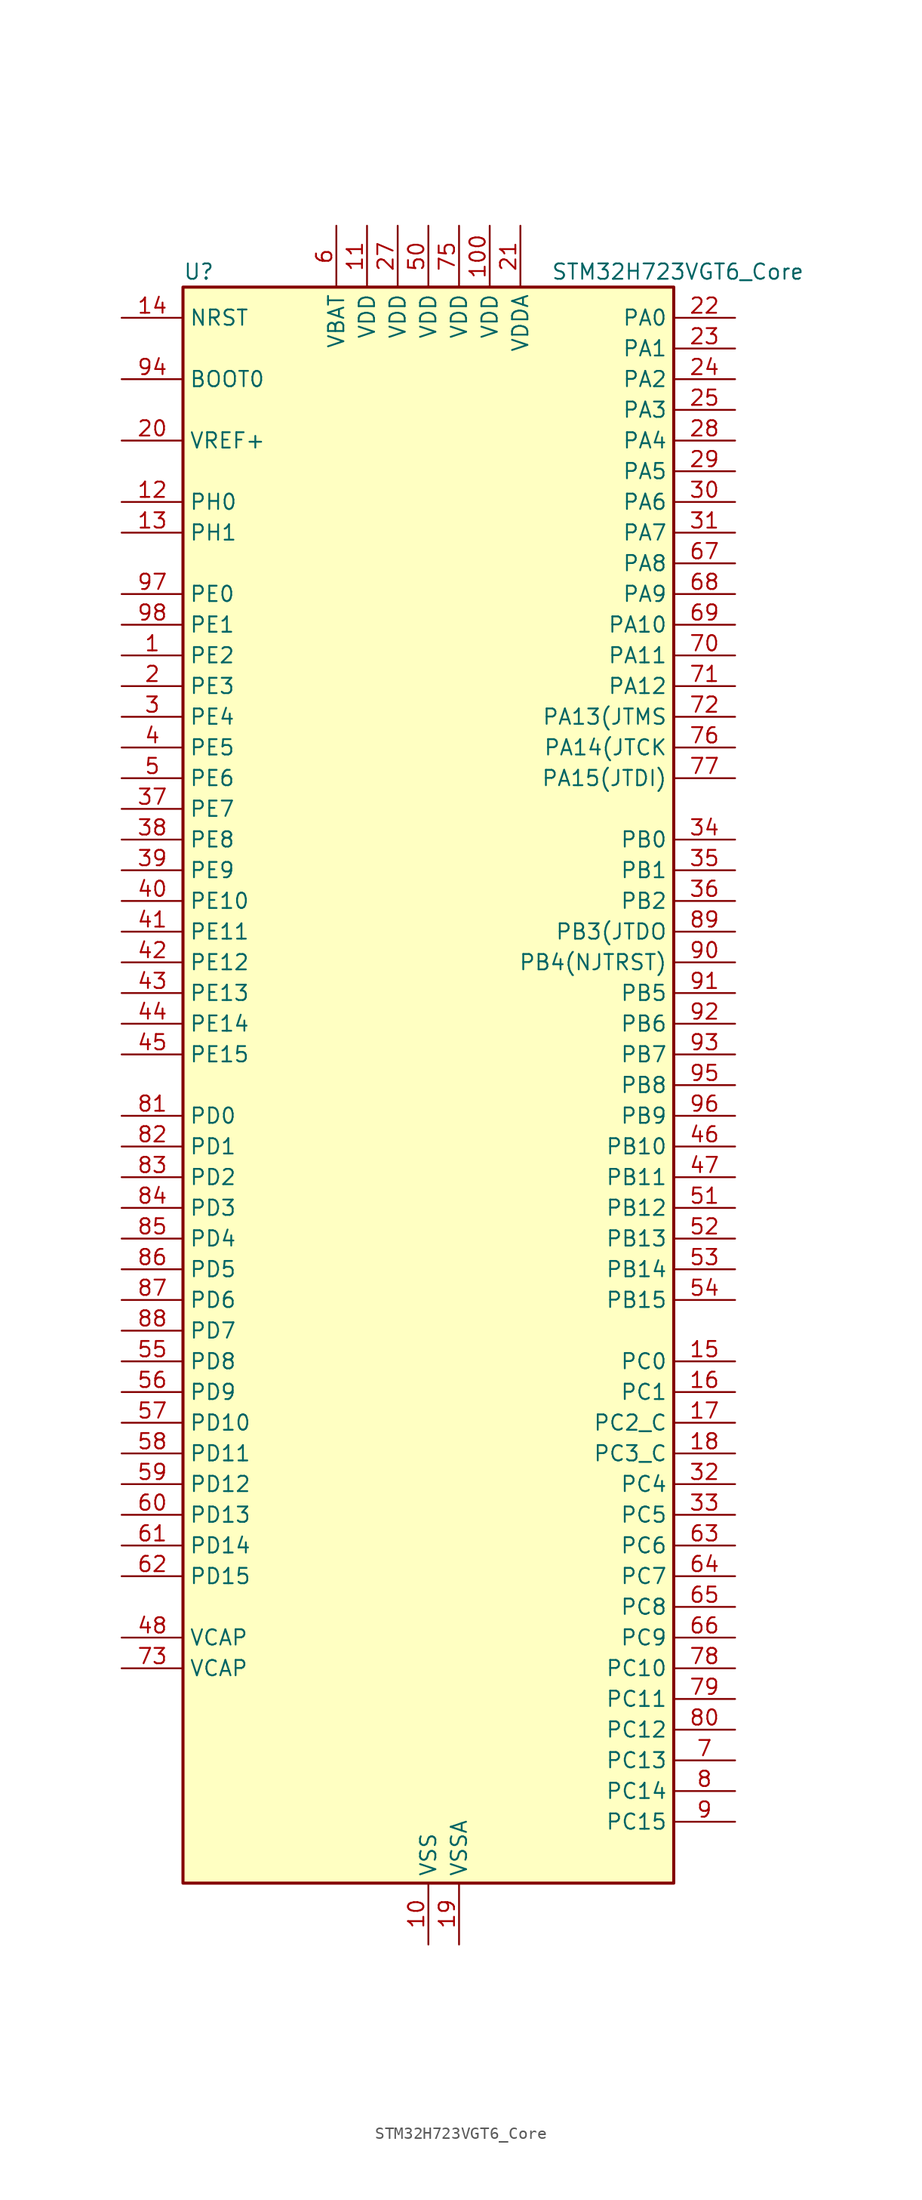
<source format=kicad_sym>
(kicad_symbol_lib
  (version 20231120)
  (generator "kicad_symbol_editor")
  (generator_version "8.0")
  (symbol "STM32H723VGT6_Core"
    (property "Reference" "U"
      (at -20.32 67.31 0)
      (effects (font (size 1.27 1.27)) (justify left)))
    (property "Value" "STM32H723VGT6_Core"
      (at 10.16 67.31 0)
      (effects (font (size 1.27 1.27)) (justify left)))
    (symbol "STM32H723VGT6_Core_0_1"
      (rectangle (start -20.32 66.04) (end 20.32 -66.04) (stroke (width 0.254) (type default)) (fill (type background))))
    (symbol "STM32H723VGT6_Core_1_1"
      (pin bidirectional line (at -25.4 35.56 0) (length 5.08) (name "PE2" (effects (font (size 1.27 1.27)))) (number "1" (effects (font (size 1.27 1.27)))) (alternate "DEBUG_TRACECLK" bidirectional line) (alternate "ETH_TXD3" bidirectional line) (alternate "FMC_A23" bidirectional line) (alternate "OCTOSPIM_P1_IO2" bidirectional line) (alternate "SAI1_CK1" bidirectional line) (alternate "SAI1_MCLK_A" bidirectional line) (alternate "SAI4_CK1" bidirectional line) (alternate "SAI4_MCLK_A" bidirectional line) (alternate "SPI4_SCK" bidirectional line) (alternate "USART10_RX" bidirectional line))
      (pin power_in line (at 0 -71.12 90) (length 5.08) (name "VSS" (effects (font (size 1.27 1.27)))) (number "10" (effects (font (size 1.27 1.27)))))
      (pin power_in line (at 5.08 71.12 270) (length 5.08) (name "VDD" (effects (font (size 1.27 1.27)))) (number "100" (effects (font (size 1.27 1.27)))))
      (pin power_in line (at -5.08 71.12 270) (length 5.08) (name "VDD" (effects (font (size 1.27 1.27)))) (number "11" (effects (font (size 1.27 1.27)))))
      (pin bidirectional line (at -25.4 48.26 0) (length 5.08) (name "PH0" (effects (font (size 1.27 1.27)))) (number "12" (effects (font (size 1.27 1.27)))) (alternate "RCC_OSC_IN" bidirectional line))
      (pin bidirectional line (at -25.4 45.72 0) (length 5.08) (name "PH1" (effects (font (size 1.27 1.27)))) (number "13" (effects (font (size 1.27 1.27)))) (alternate "RCC_OSC_OUT" bidirectional line))
      (pin input line (at -25.4 63.5 0) (length 5.08) (name "NRST" (effects (font (size 1.27 1.27)))) (number "14" (effects (font (size 1.27 1.27)))))
      (pin bidirectional line (at 25.4 -22.86 180) (length 5.08) (name "PC0" (effects (font (size 1.27 1.27)))) (number "15" (effects (font (size 1.27 1.27)))) (alternate "ADC1_INP10" bidirectional line) (alternate "ADC2_INP10" bidirectional line) (alternate "ADC3_INP10" bidirectional line) (alternate "DFSDM1_CKIN0" bidirectional line) (alternate "DFSDM1_DATIN4" bidirectional line) (alternate "FMC_A25" bidirectional line) (alternate "FMC_D12" bidirectional line) (alternate "FMC_DA12" bidirectional line) (alternate "FMC_SDNWE" bidirectional line) (alternate "LTDC_G2" bidirectional line) (alternate "LTDC_R5" bidirectional line) (alternate "SAI4_FS_B" bidirectional line) (alternate "USB_OTG_HS_ULPI_STP" bidirectional line))
      (pin bidirectional line (at 25.4 -25.4 180) (length 5.08) (name "PC1" (effects (font (size 1.27 1.27)))) (number "16" (effects (font (size 1.27 1.27)))) (alternate "ADC1_INN10" bidirectional line) (alternate "ADC1_INP11" bidirectional line) (alternate "ADC2_INN10" bidirectional line) (alternate "ADC2_INP11" bidirectional line) (alternate "ADC3_INN10" bidirectional line) (alternate "ADC3_INP11" bidirectional line) (alternate "DEBUG_TRACED0" bidirectional line) (alternate "DFSDM1_CKIN4" bidirectional line) (alternate "DFSDM1_DATIN0" bidirectional line) (alternate "ETH_MDC" bidirectional line) (alternate "I2S2_SDO" bidirectional line) (alternate "LTDC_G5" bidirectional line) (alternate "MDIOS_MDC" bidirectional line) (alternate "OCTOSPIM_P1_IO4" bidirectional line) (alternate "PWR_WKUP6" bidirectional line) (alternate "RTC_TAMP3" bidirectional line) (alternate "SAI1_D1" bidirectional line) (alternate "SAI1_SD_A" bidirectional line) (alternate "SAI4_D1" bidirectional line) (alternate "SAI4_SD_A" bidirectional line) (alternate "SDMMC2_CK" bidirectional line) (alternate "SPI2_MOSI" bidirectional line))
      (pin bidirectional line (at 25.4 -27.94 180) (length 5.08) (name "PC2_C" (effects (font (size 1.27 1.27)))) (number "17" (effects (font (size 1.27 1.27)))) (alternate "ADC3_INN1" bidirectional line) (alternate "ADC3_INP0" bidirectional line) (alternate "DFSDM1_CKIN1" bidirectional line) (alternate "DFSDM1_CKOUT" bidirectional line) (alternate "ETH_TXD2" bidirectional line) (alternate "FMC_SDNE0" bidirectional line) (alternate "I2S2_SDI" bidirectional line) (alternate "OCTOSPIM_P1_IO2" bidirectional line) (alternate "OCTOSPIM_P1_IO5" bidirectional line) (alternate "PWR_CSTOP" bidirectional line) (alternate "SPI2_MISO" bidirectional line) (alternate "USB_OTG_HS_ULPI_DIR" bidirectional line))
      (pin bidirectional line (at 25.4 -30.48 180) (length 5.08) (name "PC3_C" (effects (font (size 1.27 1.27)))) (number "18" (effects (font (size 1.27 1.27)))) (alternate "ADC3_INP1" bidirectional line) (alternate "DFSDM1_DATIN1" bidirectional line) (alternate "ETH_TX_CLK" bidirectional line) (alternate "FMC_SDCKE0" bidirectional line) (alternate "I2S2_SDO" bidirectional line) (alternate "OCTOSPIM_P1_IO0" bidirectional line) (alternate "OCTOSPIM_P1_IO6" bidirectional line) (alternate "PWR_CSLEEP" bidirectional line) (alternate "SPI2_MOSI" bidirectional line) (alternate "USB_OTG_HS_ULPI_NXT" bidirectional line))
      (pin power_in line (at 2.54 -71.12 90) (length 5.08) (name "VSSA" (effects (font (size 1.27 1.27)))) (number "19" (effects (font (size 1.27 1.27)))))
      (pin bidirectional line (at -25.4 33.02 0) (length 5.08) (name "PE3" (effects (font (size 1.27 1.27)))) (number "2" (effects (font (size 1.27 1.27)))) (alternate "DEBUG_TRACED0" bidirectional line) (alternate "FMC_A19" bidirectional line) (alternate "SAI1_SD_B" bidirectional line) (alternate "SAI4_SD_B" bidirectional line) (alternate "TIM15_BKIN" bidirectional line) (alternate "USART10_TX" bidirectional line))
      (pin input line (at -25.4 53.34 0) (length 5.08) (name "VREF+" (effects (font (size 1.27 1.27)))) (number "20" (effects (font (size 1.27 1.27)))) (alternate "VREFBUF_OUT" bidirectional line))
      (pin power_in line (at 7.62 71.12 270) (length 5.08) (name "VDDA" (effects (font (size 1.27 1.27)))) (number "21" (effects (font (size 1.27 1.27)))))
      (pin bidirectional line (at 25.4 63.5 180) (length 5.08) (name "PA0" (effects (font (size 1.27 1.27)))) (number "22" (effects (font (size 1.27 1.27)))) (alternate "ADC1_INP16" bidirectional line) (alternate "ETH_CRS" bidirectional line) (alternate "FMC_A19" bidirectional line) (alternate "I2S6_WS" bidirectional line) (alternate "PWR_WKUP1" bidirectional line) (alternate "SAI4_SD_B" bidirectional line) (alternate "SDMMC2_CMD" bidirectional line) (alternate "SPI6_NSS" bidirectional line) (alternate "TIM15_BKIN" bidirectional line) (alternate "TIM2_CH1" bidirectional line) (alternate "TIM2_ETR" bidirectional line) (alternate "TIM5_CH1" bidirectional line) (alternate "TIM8_ETR" bidirectional line) (alternate "UART4_TX" bidirectional line) (alternate "USART2_CTS" bidirectional line) (alternate "USART2_NSS" bidirectional line))
      (pin bidirectional line (at 25.4 60.96 180) (length 5.08) (name "PA1" (effects (font (size 1.27 1.27)))) (number "23" (effects (font (size 1.27 1.27)))) (alternate "ADC1_INN16" bidirectional line) (alternate "ADC1_INP17" bidirectional line) (alternate "ETH_REF_CLK" bidirectional line) (alternate "ETH_RX_CLK" bidirectional line) (alternate "LPTIM3_OUT" bidirectional line) (alternate "LTDC_R2" bidirectional line) (alternate "OCTOSPIM_P1_DQS" bidirectional line) (alternate "OCTOSPIM_P1_IO3" bidirectional line) (alternate "SAI4_MCLK_B" bidirectional line) (alternate "TIM15_CH1N" bidirectional line) (alternate "TIM2_CH2" bidirectional line) (alternate "TIM5_CH2" bidirectional line) (alternate "UART4_RX" bidirectional line) (alternate "USART2_DE" bidirectional line) (alternate "USART2_RTS" bidirectional line))
      (pin bidirectional line (at 25.4 58.42 180) (length 5.08) (name "PA2" (effects (font (size 1.27 1.27)))) (number "24" (effects (font (size 1.27 1.27)))) (alternate "ADC1_INP14" bidirectional line) (alternate "ADC2_INP14" bidirectional line) (alternate "ETH_MDIO" bidirectional line) (alternate "LPTIM4_OUT" bidirectional line) (alternate "LTDC_R1" bidirectional line) (alternate "MDIOS_MDIO" bidirectional line) (alternate "OCTOSPIM_P1_IO0" bidirectional line) (alternate "PWR_WKUP2" bidirectional line) (alternate "SAI4_SCK_B" bidirectional line) (alternate "TIM15_CH1" bidirectional line) (alternate "TIM2_CH3" bidirectional line) (alternate "TIM5_CH3" bidirectional line) (alternate "USART2_TX" bidirectional line))
      (pin bidirectional line (at 25.4 55.88 180) (length 5.08) (name "PA3" (effects (font (size 1.27 1.27)))) (number "25" (effects (font (size 1.27 1.27)))) (alternate "ADC1_INP15" bidirectional line) (alternate "ADC2_INP15" bidirectional line) (alternate "ETH_COL" bidirectional line) (alternate "I2S6_MCK" bidirectional line) (alternate "LPTIM5_OUT" bidirectional line) (alternate "LTDC_B2" bidirectional line) (alternate "LTDC_B5" bidirectional line) (alternate "OCTOSPIM_P1_CLK" bidirectional line) (alternate "OCTOSPIM_P1_IO2" bidirectional line) (alternate "TIM15_CH2" bidirectional line) (alternate "TIM2_CH4" bidirectional line) (alternate "TIM5_CH4" bidirectional line) (alternate "USART2_RX" bidirectional line) (alternate "USB_OTG_HS_ULPI_D0" bidirectional line))
      (pin passive line (at 0 -71.12 90) (length 5.08) hide (name "VSS" (effects (font (size 1.27 1.27)))) (number "26" (effects (font (size 1.27 1.27)))))
      (pin power_in line (at -2.54 71.12 270) (length 5.08) (name "VDD" (effects (font (size 1.27 1.27)))) (number "27" (effects (font (size 1.27 1.27)))))
      (pin bidirectional line (at 25.4 53.34 180) (length 5.08) (name "PA4" (effects (font (size 1.27 1.27)))) (number "28" (effects (font (size 1.27 1.27)))) (alternate "ADC1_INP18" bidirectional line) (alternate "ADC2_INP18" bidirectional line) (alternate "DAC1_OUT1" bidirectional line) (alternate "DCMI_HSYNC" bidirectional line) (alternate "FMC_D8" bidirectional line) (alternate "FMC_DA8" bidirectional line) (alternate "I2S1_WS" bidirectional line) (alternate "I2S3_WS" bidirectional line) (alternate "I2S6_WS" bidirectional line) (alternate "LTDC_VSYNC" bidirectional line) (alternate "PSSI_DE" bidirectional line) (alternate "SPI1_NSS" bidirectional line) (alternate "SPI3_NSS" bidirectional line) (alternate "SPI6_NSS" bidirectional line) (alternate "TIM5_ETR" bidirectional line) (alternate "USART2_CK" bidirectional line))
      (pin bidirectional line (at 25.4 50.8 180) (length 5.08) (name "PA5" (effects (font (size 1.27 1.27)))) (number "29" (effects (font (size 1.27 1.27)))) (alternate "ADC1_INN18" bidirectional line) (alternate "ADC1_INP19" bidirectional line) (alternate "ADC2_INN18" bidirectional line) (alternate "ADC2_INP19" bidirectional line) (alternate "DAC1_OUT2" bidirectional line) (alternate "FMC_D9" bidirectional line) (alternate "FMC_DA9" bidirectional line) (alternate "I2S1_CK" bidirectional line) (alternate "I2S6_CK" bidirectional line) (alternate "LTDC_R4" bidirectional line) (alternate "PSSI_D14" bidirectional line) (alternate "PWR_NDSTOP2" bidirectional line) (alternate "SPI1_SCK" bidirectional line) (alternate "SPI6_SCK" bidirectional line) (alternate "TIM2_CH1" bidirectional line) (alternate "TIM2_ETR" bidirectional line) (alternate "TIM8_CH1N" bidirectional line) (alternate "USB_OTG_HS_ULPI_CK" bidirectional line))
      (pin bidirectional line (at -25.4 30.48 0) (length 5.08) (name "PE4" (effects (font (size 1.27 1.27)))) (number "3" (effects (font (size 1.27 1.27)))) (alternate "DCMI_D4" bidirectional line) (alternate "DEBUG_TRACED1" bidirectional line) (alternate "DFSDM1_DATIN3" bidirectional line) (alternate "FMC_A20" bidirectional line) (alternate "LTDC_B0" bidirectional line) (alternate "PSSI_D4" bidirectional line) (alternate "SAI1_D2" bidirectional line) (alternate "SAI1_FS_A" bidirectional line) (alternate "SAI4_D2" bidirectional line) (alternate "SAI4_FS_A" bidirectional line) (alternate "SPI4_NSS" bidirectional line) (alternate "TIM15_CH1N" bidirectional line))
      (pin bidirectional line (at 25.4 48.26 180) (length 5.08) (name "PA6" (effects (font (size 1.27 1.27)))) (number "30" (effects (font (size 1.27 1.27)))) (alternate "ADC1_INP3" bidirectional line) (alternate "ADC2_INP3" bidirectional line) (alternate "DCMI_PIXCLK" bidirectional line) (alternate "I2S1_SDI" bidirectional line) (alternate "I2S6_SDI" bidirectional line) (alternate "LTDC_G2" bidirectional line) (alternate "MDIOS_MDC" bidirectional line) (alternate "OCTOSPIM_P1_IO3" bidirectional line) (alternate "PSSI_PDCK" bidirectional line) (alternate "SPI1_MISO" bidirectional line) (alternate "SPI6_MISO" bidirectional line) (alternate "TIM13_CH1" bidirectional line) (alternate "TIM1_BKIN" bidirectional line) (alternate "TIM1_BKIN_COMP1" bidirectional line) (alternate "TIM1_BKIN_COMP2" bidirectional line) (alternate "TIM3_CH1" bidirectional line) (alternate "TIM8_BKIN" bidirectional line) (alternate "TIM8_BKIN_COMP1" bidirectional line) (alternate "TIM8_BKIN_COMP2" bidirectional line))
      (pin bidirectional line (at 25.4 45.72 180) (length 5.08) (name "PA7" (effects (font (size 1.27 1.27)))) (number "31" (effects (font (size 1.27 1.27)))) (alternate "ADC1_INN3" bidirectional line) (alternate "ADC1_INP7" bidirectional line) (alternate "ADC2_INN3" bidirectional line) (alternate "ADC2_INP7" bidirectional line) (alternate "ETH_CRS_DV" bidirectional line) (alternate "ETH_RX_DV" bidirectional line) (alternate "FMC_SDNWE" bidirectional line) (alternate "I2S1_SDO" bidirectional line) (alternate "I2S6_SDO" bidirectional line) (alternate "LTDC_VSYNC" bidirectional line) (alternate "OCTOSPIM_P1_IO2" bidirectional line) (alternate "OPAMP1_VINM" bidirectional line) (alternate "SPI1_MOSI" bidirectional line) (alternate "SPI6_MOSI" bidirectional line) (alternate "TIM14_CH1" bidirectional line) (alternate "TIM1_CH1N" bidirectional line) (alternate "TIM3_CH2" bidirectional line) (alternate "TIM8_CH1N" bidirectional line))
      (pin bidirectional line (at 25.4 -33.02 180) (length 5.08) (name "PC4" (effects (font (size 1.27 1.27)))) (number "32" (effects (font (size 1.27 1.27)))) (alternate "ADC1_INP4" bidirectional line) (alternate "ADC2_INP4" bidirectional line) (alternate "COMP1_INM" bidirectional line) (alternate "DFSDM1_CKIN2" bidirectional line) (alternate "ETH_RXD0" bidirectional line) (alternate "FMC_A22" bidirectional line) (alternate "FMC_SDNE0" bidirectional line) (alternate "I2S1_MCK" bidirectional line) (alternate "LTDC_R7" bidirectional line) (alternate "OPAMP1_VOUT" bidirectional line) (alternate "SDMMC2_CKIN" bidirectional line) (alternate "SPDIFRX1_IN2" bidirectional line))
      (pin bidirectional line (at 25.4 -35.56 180) (length 5.08) (name "PC5" (effects (font (size 1.27 1.27)))) (number "33" (effects (font (size 1.27 1.27)))) (alternate "ADC1_INN4" bidirectional line) (alternate "ADC1_INP8" bidirectional line) (alternate "ADC2_INN4" bidirectional line) (alternate "ADC2_INP8" bidirectional line) (alternate "COMP1_OUT" bidirectional line) (alternate "DFSDM1_DATIN2" bidirectional line) (alternate "ETH_RXD1" bidirectional line) (alternate "FMC_SDCKE0" bidirectional line) (alternate "LTDC_DE" bidirectional line) (alternate "OCTOSPIM_P1_DQS" bidirectional line) (alternate "OPAMP1_VINM" bidirectional line) (alternate "PSSI_D15" bidirectional line) (alternate "SAI1_D3" bidirectional line) (alternate "SAI4_D3" bidirectional line) (alternate "SPDIFRX1_IN3" bidirectional line))
      (pin bidirectional line (at 25.4 20.32 180) (length 5.08) (name "PB0" (effects (font (size 1.27 1.27)))) (number "34" (effects (font (size 1.27 1.27)))) (alternate "ADC1_INN5" bidirectional line) (alternate "ADC1_INP9" bidirectional line) (alternate "ADC2_INN5" bidirectional line) (alternate "ADC2_INP9" bidirectional line) (alternate "COMP1_INP" bidirectional line) (alternate "DFSDM1_CKOUT" bidirectional line) (alternate "ETH_RXD2" bidirectional line) (alternate "LTDC_G1" bidirectional line) (alternate "LTDC_R3" bidirectional line) (alternate "OCTOSPIM_P1_IO1" bidirectional line) (alternate "OPAMP1_VINP" bidirectional line) (alternate "TIM1_CH2N" bidirectional line) (alternate "TIM3_CH3" bidirectional line) (alternate "TIM8_CH2N" bidirectional line) (alternate "UART4_CTS" bidirectional line) (alternate "USB_OTG_HS_ULPI_D1" bidirectional line))
      (pin bidirectional line (at 25.4 17.78 180) (length 5.08) (name "PB1" (effects (font (size 1.27 1.27)))) (number "35" (effects (font (size 1.27 1.27)))) (alternate "ADC1_INP5" bidirectional line) (alternate "ADC2_INP5" bidirectional line) (alternate "COMP1_INM" bidirectional line) (alternate "DFSDM1_DATIN1" bidirectional line) (alternate "ETH_RXD3" bidirectional line) (alternate "LTDC_G0" bidirectional line) (alternate "LTDC_R6" bidirectional line) (alternate "OCTOSPIM_P1_IO0" bidirectional line) (alternate "TIM1_CH3N" bidirectional line) (alternate "TIM3_CH4" bidirectional line) (alternate "TIM8_CH3N" bidirectional line) (alternate "USB_OTG_HS_ULPI_D2" bidirectional line))
      (pin bidirectional line (at 25.4 15.24 180) (length 5.08) (name "PB2" (effects (font (size 1.27 1.27)))) (number "36" (effects (font (size 1.27 1.27)))) (alternate "COMP1_INP" bidirectional line) (alternate "DFSDM1_CKIN1" bidirectional line) (alternate "ETH_TX_ER" bidirectional line) (alternate "I2S3_SDO" bidirectional line) (alternate "OCTOSPIM_P1_CLK" bidirectional line) (alternate "OCTOSPIM_P1_DQS" bidirectional line) (alternate "RTC_OUT_ALARM" bidirectional line) (alternate "RTC_OUT_CALIB" bidirectional line) (alternate "SAI1_D1" bidirectional line) (alternate "SAI1_SD_A" bidirectional line) (alternate "SAI4_D1" bidirectional line) (alternate "SAI4_SD_A" bidirectional line) (alternate "SPI3_MOSI" bidirectional line) (alternate "TIM23_ETR" bidirectional line))
      (pin bidirectional line (at -25.4 22.86 0) (length 5.08) (name "PE7" (effects (font (size 1.27 1.27)))) (number "37" (effects (font (size 1.27 1.27)))) (alternate "COMP2_INM" bidirectional line) (alternate "DFSDM1_DATIN2" bidirectional line) (alternate "FMC_D4" bidirectional line) (alternate "FMC_DA4" bidirectional line) (alternate "OCTOSPIM_P1_IO4" bidirectional line) (alternate "OPAMP2_VOUT" bidirectional line) (alternate "TIM1_ETR" bidirectional line) (alternate "UART7_RX" bidirectional line))
      (pin bidirectional line (at -25.4 20.32 0) (length 5.08) (name "PE8" (effects (font (size 1.27 1.27)))) (number "38" (effects (font (size 1.27 1.27)))) (alternate "COMP2_OUT" bidirectional line) (alternate "DFSDM1_CKIN2" bidirectional line) (alternate "FMC_D5" bidirectional line) (alternate "FMC_DA5" bidirectional line) (alternate "OCTOSPIM_P1_IO5" bidirectional line) (alternate "OPAMP2_VINM" bidirectional line) (alternate "TIM1_CH1N" bidirectional line) (alternate "UART7_TX" bidirectional line))
      (pin bidirectional line (at -25.4 17.78 0) (length 5.08) (name "PE9" (effects (font (size 1.27 1.27)))) (number "39" (effects (font (size 1.27 1.27)))) (alternate "COMP2_INP" bidirectional line) (alternate "DAC1_EXTI9" bidirectional line) (alternate "DFSDM1_CKOUT" bidirectional line) (alternate "FMC_D6" bidirectional line) (alternate "FMC_DA6" bidirectional line) (alternate "OCTOSPIM_P1_IO6" bidirectional line) (alternate "OPAMP2_VINP" bidirectional line) (alternate "TIM1_CH1" bidirectional line) (alternate "UART7_DE" bidirectional line) (alternate "UART7_RTS" bidirectional line))
      (pin bidirectional line (at -25.4 27.94 0) (length 5.08) (name "PE5" (effects (font (size 1.27 1.27)))) (number "4" (effects (font (size 1.27 1.27)))) (alternate "DCMI_D6" bidirectional line) (alternate "DEBUG_TRACED2" bidirectional line) (alternate "DFSDM1_CKIN3" bidirectional line) (alternate "FMC_A21" bidirectional line) (alternate "LTDC_G0" bidirectional line) (alternate "PSSI_D6" bidirectional line) (alternate "SAI1_CK2" bidirectional line) (alternate "SAI1_SCK_A" bidirectional line) (alternate "SAI4_CK2" bidirectional line) (alternate "SAI4_SCK_A" bidirectional line) (alternate "SPI4_MISO" bidirectional line) (alternate "TIM15_CH1" bidirectional line))
      (pin bidirectional line (at -25.4 15.24 0) (length 5.08) (name "PE10" (effects (font (size 1.27 1.27)))) (number "40" (effects (font (size 1.27 1.27)))) (alternate "COMP2_INM" bidirectional line) (alternate "DFSDM1_DATIN4" bidirectional line) (alternate "FMC_D7" bidirectional line) (alternate "FMC_DA7" bidirectional line) (alternate "OCTOSPIM_P1_IO7" bidirectional line) (alternate "TIM1_CH2N" bidirectional line) (alternate "UART7_CTS" bidirectional line))
      (pin bidirectional line (at -25.4 12.7 0) (length 5.08) (name "PE11" (effects (font (size 1.27 1.27)))) (number "41" (effects (font (size 1.27 1.27)))) (alternate "ADC1_EXTI11" bidirectional line) (alternate "ADC2_EXTI11" bidirectional line) (alternate "ADC3_EXTI11" bidirectional line) (alternate "COMP2_INP" bidirectional line) (alternate "DFSDM1_CKIN4" bidirectional line) (alternate "FMC_D8" bidirectional line) (alternate "FMC_DA8" bidirectional line) (alternate "LTDC_G3" bidirectional line) (alternate "OCTOSPIM_P1_NCS" bidirectional line) (alternate "SAI4_SD_B" bidirectional line) (alternate "SPI4_NSS" bidirectional line) (alternate "TIM1_CH2" bidirectional line))
      (pin bidirectional line (at -25.4 10.16 0) (length 5.08) (name "PE12" (effects (font (size 1.27 1.27)))) (number "42" (effects (font (size 1.27 1.27)))) (alternate "COMP1_OUT" bidirectional line) (alternate "DFSDM1_DATIN5" bidirectional line) (alternate "FMC_D9" bidirectional line) (alternate "FMC_DA9" bidirectional line) (alternate "LTDC_B4" bidirectional line) (alternate "SAI4_SCK_B" bidirectional line) (alternate "SPI4_SCK" bidirectional line) (alternate "TIM1_CH3N" bidirectional line))
      (pin bidirectional line (at -25.4 7.62 0) (length 5.08) (name "PE13" (effects (font (size 1.27 1.27)))) (number "43" (effects (font (size 1.27 1.27)))) (alternate "COMP2_OUT" bidirectional line) (alternate "DFSDM1_CKIN5" bidirectional line) (alternate "FMC_D10" bidirectional line) (alternate "FMC_DA10" bidirectional line) (alternate "LTDC_DE" bidirectional line) (alternate "SAI4_FS_B" bidirectional line) (alternate "SPI4_MISO" bidirectional line) (alternate "TIM1_CH3" bidirectional line))
      (pin bidirectional line (at -25.4 5.08 0) (length 5.08) (name "PE14" (effects (font (size 1.27 1.27)))) (number "44" (effects (font (size 1.27 1.27)))) (alternate "FMC_D11" bidirectional line) (alternate "FMC_DA11" bidirectional line) (alternate "LTDC_CLK" bidirectional line) (alternate "SAI4_MCLK_B" bidirectional line) (alternate "SPI4_MOSI" bidirectional line) (alternate "TIM1_CH4" bidirectional line))
      (pin bidirectional line (at -25.4 2.54 0) (length 5.08) (name "PE15" (effects (font (size 1.27 1.27)))) (number "45" (effects (font (size 1.27 1.27)))) (alternate "ADC1_EXTI15" bidirectional line) (alternate "ADC2_EXTI15" bidirectional line) (alternate "ADC3_EXTI15" bidirectional line) (alternate "FMC_D12" bidirectional line) (alternate "FMC_DA12" bidirectional line) (alternate "LTDC_R7" bidirectional line) (alternate "TIM1_BKIN" bidirectional line) (alternate "TIM1_BKIN_COMP1" bidirectional line) (alternate "TIM1_BKIN_COMP2" bidirectional line) (alternate "USART10_CK" bidirectional line))
      (pin bidirectional line (at 25.4 -5.08 180) (length 5.08) (name "PB10" (effects (font (size 1.27 1.27)))) (number "46" (effects (font (size 1.27 1.27)))) (alternate "DFSDM1_DATIN7" bidirectional line) (alternate "ETH_RX_ER" bidirectional line) (alternate "I2C2_SCL" bidirectional line) (alternate "I2S2_CK" bidirectional line) (alternate "LPTIM2_IN1" bidirectional line) (alternate "LTDC_G4" bidirectional line) (alternate "OCTOSPIM_P1_NCS" bidirectional line) (alternate "SPI2_SCK" bidirectional line) (alternate "TIM2_CH3" bidirectional line) (alternate "USART3_TX" bidirectional line) (alternate "USB_OTG_HS_ULPI_D3" bidirectional line))
      (pin bidirectional line (at 25.4 -7.62 180) (length 5.08) (name "PB11" (effects (font (size 1.27 1.27)))) (number "47" (effects (font (size 1.27 1.27)))) (alternate "ADC1_EXTI11" bidirectional line) (alternate "ADC2_EXTI11" bidirectional line) (alternate "ADC3_EXTI11" bidirectional line) (alternate "DFSDM1_CKIN7" bidirectional line) (alternate "ETH_TX_EN" bidirectional line) (alternate "I2C2_SDA" bidirectional line) (alternate "LPTIM2_ETR" bidirectional line) (alternate "LTDC_G5" bidirectional line) (alternate "TIM2_CH4" bidirectional line) (alternate "USART3_RX" bidirectional line) (alternate "USB_OTG_HS_ULPI_D4" bidirectional line))
      (pin power_out line (at -25.4 -45.72 0) (length 5.08) (name "VCAP" (effects (font (size 1.27 1.27)))) (number "48" (effects (font (size 1.27 1.27)))))
      (pin passive line (at 0 -71.12 90) (length 5.08) hide (name "VSS" (effects (font (size 1.27 1.27)))) (number "49" (effects (font (size 1.27 1.27)))))
      (pin bidirectional line (at -25.4 25.4 0) (length 5.08) (name "PE6" (effects (font (size 1.27 1.27)))) (number "5" (effects (font (size 1.27 1.27)))) (alternate "DCMI_D7" bidirectional line) (alternate "DEBUG_TRACED3" bidirectional line) (alternate "FMC_A22" bidirectional line) (alternate "LTDC_G1" bidirectional line) (alternate "PSSI_D7" bidirectional line) (alternate "SAI1_D1" bidirectional line) (alternate "SAI1_SD_A" bidirectional line) (alternate "SAI4_D1" bidirectional line) (alternate "SAI4_MCLK_B" bidirectional line) (alternate "SAI4_SD_A" bidirectional line) (alternate "SPI4_MOSI" bidirectional line) (alternate "TIM15_CH2" bidirectional line) (alternate "TIM1_BKIN2" bidirectional line) (alternate "TIM1_BKIN2_COMP1" bidirectional line) (alternate "TIM1_BKIN2_COMP2" bidirectional line))
      (pin power_in line (at 0 71.12 270) (length 5.08) (name "VDD" (effects (font (size 1.27 1.27)))) (number "50" (effects (font (size 1.27 1.27)))))
      (pin bidirectional line (at 25.4 -10.16 180) (length 5.08) (name "PB12" (effects (font (size 1.27 1.27)))) (number "51" (effects (font (size 1.27 1.27)))) (alternate "DFSDM1_DATIN1" bidirectional line) (alternate "ETH_TXD0" bidirectional line) (alternate "FDCAN2_RX" bidirectional line) (alternate "I2C2_SMBA" bidirectional line) (alternate "I2S2_WS" bidirectional line) (alternate "OCTOSPIM_P1_IO0" bidirectional line) (alternate "OCTOSPIM_P1_NCLK" bidirectional line) (alternate "SPI2_NSS" bidirectional line) (alternate "TIM1_BKIN" bidirectional line) (alternate "TIM1_BKIN_COMP1" bidirectional line) (alternate "TIM1_BKIN_COMP2" bidirectional line) (alternate "UART5_RX" bidirectional line) (alternate "USART3_CK" bidirectional line) (alternate "USB_OTG_HS_ULPI_D5" bidirectional line))
      (pin bidirectional line (at 25.4 -12.7 180) (length 5.08) (name "PB13" (effects (font (size 1.27 1.27)))) (number "52" (effects (font (size 1.27 1.27)))) (alternate "DCMI_D2" bidirectional line) (alternate "DFSDM1_CKIN1" bidirectional line) (alternate "ETH_TXD1" bidirectional line) (alternate "FDCAN2_TX" bidirectional line) (alternate "I2S2_CK" bidirectional line) (alternate "LPTIM2_OUT" bidirectional line) (alternate "OCTOSPIM_P1_IO2" bidirectional line) (alternate "PSSI_D2" bidirectional line) (alternate "SDMMC1_D0" bidirectional line) (alternate "SPI2_SCK" bidirectional line) (alternate "TIM1_CH1N" bidirectional line) (alternate "UART5_TX" bidirectional line) (alternate "USART3_CTS" bidirectional line) (alternate "USART3_NSS" bidirectional line) (alternate "USB_OTG_HS_ULPI_D6" bidirectional line))
      (pin bidirectional line (at 25.4 -15.24 180) (length 5.08) (name "PB14" (effects (font (size 1.27 1.27)))) (number "53" (effects (font (size 1.27 1.27)))) (alternate "DFSDM1_DATIN2" bidirectional line) (alternate "FMC_D10" bidirectional line) (alternate "FMC_DA10" bidirectional line) (alternate "I2S2_SDI" bidirectional line) (alternate "LTDC_CLK" bidirectional line) (alternate "SDMMC2_D0" bidirectional line) (alternate "SPI2_MISO" bidirectional line) (alternate "TIM12_CH1" bidirectional line) (alternate "TIM1_CH2N" bidirectional line) (alternate "TIM8_CH2N" bidirectional line) (alternate "UART4_DE" bidirectional line) (alternate "UART4_RTS" bidirectional line) (alternate "USART1_TX" bidirectional line) (alternate "USART3_DE" bidirectional line) (alternate "USART3_RTS" bidirectional line))
      (pin bidirectional line (at 25.4 -17.78 180) (length 5.08) (name "PB15" (effects (font (size 1.27 1.27)))) (number "54" (effects (font (size 1.27 1.27)))) (alternate "ADC1_EXTI15" bidirectional line) (alternate "ADC2_EXTI15" bidirectional line) (alternate "ADC3_EXTI15" bidirectional line) (alternate "DFSDM1_CKIN2" bidirectional line) (alternate "FMC_D11" bidirectional line) (alternate "FMC_DA11" bidirectional line) (alternate "I2S2_SDO" bidirectional line) (alternate "LTDC_G7" bidirectional line) (alternate "RTC_REFIN" bidirectional line) (alternate "SDMMC2_D1" bidirectional line) (alternate "SPI2_MOSI" bidirectional line) (alternate "TIM12_CH2" bidirectional line) (alternate "TIM1_CH3N" bidirectional line) (alternate "TIM8_CH3N" bidirectional line) (alternate "UART4_CTS" bidirectional line) (alternate "USART1_RX" bidirectional line))
      (pin bidirectional line (at -25.4 -22.86 0) (length 5.08) (name "PD8" (effects (font (size 1.27 1.27)))) (number "55" (effects (font (size 1.27 1.27)))) (alternate "DFSDM1_CKIN3" bidirectional line) (alternate "FMC_D13" bidirectional line) (alternate "FMC_DA13" bidirectional line) (alternate "SPDIFRX1_IN1" bidirectional line) (alternate "USART3_TX" bidirectional line))
      (pin bidirectional line (at -25.4 -25.4 0) (length 5.08) (name "PD9" (effects (font (size 1.27 1.27)))) (number "56" (effects (font (size 1.27 1.27)))) (alternate "DAC1_EXTI9" bidirectional line) (alternate "DFSDM1_DATIN3" bidirectional line) (alternate "FMC_D14" bidirectional line) (alternate "FMC_DA14" bidirectional line) (alternate "USART3_RX" bidirectional line))
      (pin bidirectional line (at -25.4 -27.94 0) (length 5.08) (name "PD10" (effects (font (size 1.27 1.27)))) (number "57" (effects (font (size 1.27 1.27)))) (alternate "DFSDM1_CKOUT" bidirectional line) (alternate "FMC_D15" bidirectional line) (alternate "FMC_DA15" bidirectional line) (alternate "LTDC_B3" bidirectional line) (alternate "USART3_CK" bidirectional line))
      (pin bidirectional line (at -25.4 -30.48 0) (length 5.08) (name "PD11" (effects (font (size 1.27 1.27)))) (number "58" (effects (font (size 1.27 1.27)))) (alternate "ADC1_EXTI11" bidirectional line) (alternate "ADC2_EXTI11" bidirectional line) (alternate "ADC3_EXTI11" bidirectional line) (alternate "FMC_A16" bidirectional line) (alternate "FMC_CLE" bidirectional line) (alternate "I2C4_SMBA" bidirectional line) (alternate "LPTIM2_IN2" bidirectional line) (alternate "OCTOSPIM_P1_IO0" bidirectional line) (alternate "SAI4_SD_A" bidirectional line) (alternate "USART3_CTS" bidirectional line) (alternate "USART3_NSS" bidirectional line))
      (pin bidirectional line (at -25.4 -33.02 0) (length 5.08) (name "PD12" (effects (font (size 1.27 1.27)))) (number "59" (effects (font (size 1.27 1.27)))) (alternate "DCMI_D12" bidirectional line) (alternate "FDCAN3_RX" bidirectional line) (alternate "FMC_A17" bidirectional line) (alternate "FMC_ALE" bidirectional line) (alternate "I2C4_SCL" bidirectional line) (alternate "LPTIM1_IN1" bidirectional line) (alternate "LPTIM2_IN1" bidirectional line) (alternate "OCTOSPIM_P1_IO1" bidirectional line) (alternate "PSSI_D12" bidirectional line) (alternate "SAI4_FS_A" bidirectional line) (alternate "TIM4_CH1" bidirectional line) (alternate "USART3_DE" bidirectional line) (alternate "USART3_RTS" bidirectional line))
      (pin power_in line (at -7.62 71.12 270) (length 5.08) (name "VBAT" (effects (font (size 1.27 1.27)))) (number "6" (effects (font (size 1.27 1.27)))))
      (pin bidirectional line (at -25.4 -35.56 0) (length 5.08) (name "PD13" (effects (font (size 1.27 1.27)))) (number "60" (effects (font (size 1.27 1.27)))) (alternate "DCMI_D13" bidirectional line) (alternate "FDCAN3_TX" bidirectional line) (alternate "FMC_A18" bidirectional line) (alternate "I2C4_SDA" bidirectional line) (alternate "LPTIM1_OUT" bidirectional line) (alternate "OCTOSPIM_P1_IO3" bidirectional line) (alternate "PSSI_D13" bidirectional line) (alternate "SAI4_SCK_A" bidirectional line) (alternate "TIM4_CH2" bidirectional line) (alternate "UART9_DE" bidirectional line) (alternate "UART9_RTS" bidirectional line))
      (pin bidirectional line (at -25.4 -38.1 0) (length 5.08) (name "PD14" (effects (font (size 1.27 1.27)))) (number "61" (effects (font (size 1.27 1.27)))) (alternate "FMC_D0" bidirectional line) (alternate "FMC_DA0" bidirectional line) (alternate "TIM4_CH3" bidirectional line) (alternate "UART8_CTS" bidirectional line) (alternate "UART9_RX" bidirectional line))
      (pin bidirectional line (at -25.4 -40.64 0) (length 5.08) (name "PD15" (effects (font (size 1.27 1.27)))) (number "62" (effects (font (size 1.27 1.27)))) (alternate "ADC1_EXTI15" bidirectional line) (alternate "ADC2_EXTI15" bidirectional line) (alternate "ADC3_EXTI15" bidirectional line) (alternate "FMC_D1" bidirectional line) (alternate "FMC_DA1" bidirectional line) (alternate "TIM4_CH4" bidirectional line) (alternate "UART8_DE" bidirectional line) (alternate "UART8_RTS" bidirectional line) (alternate "UART9_TX" bidirectional line))
      (pin bidirectional line (at 25.4 -38.1 180) (length 5.08) (name "PC6" (effects (font (size 1.27 1.27)))) (number "63" (effects (font (size 1.27 1.27)))) (alternate "DCMI_D0" bidirectional line) (alternate "DFSDM1_CKIN3" bidirectional line) (alternate "FMC_NWAIT" bidirectional line) (alternate "I2S2_MCK" bidirectional line) (alternate "LTDC_HSYNC" bidirectional line) (alternate "PSSI_D0" bidirectional line) (alternate "SDMMC1_D0DIR" bidirectional line) (alternate "SDMMC1_D6" bidirectional line) (alternate "SDMMC2_D6" bidirectional line) (alternate "SWPMI1_IO" bidirectional line) (alternate "TIM3_CH1" bidirectional line) (alternate "TIM8_CH1" bidirectional line) (alternate "USART6_TX" bidirectional line))
      (pin bidirectional line (at 25.4 -40.64 180) (length 5.08) (name "PC7" (effects (font (size 1.27 1.27)))) (number "64" (effects (font (size 1.27 1.27)))) (alternate "DCMI_D1" bidirectional line) (alternate "DEBUG_TRGIO" bidirectional line) (alternate "DFSDM1_DATIN3" bidirectional line) (alternate "FMC_NE1" bidirectional line) (alternate "I2S3_MCK" bidirectional line) (alternate "LTDC_G6" bidirectional line) (alternate "PSSI_D1" bidirectional line) (alternate "SDMMC1_D123DIR" bidirectional line) (alternate "SDMMC1_D7" bidirectional line) (alternate "SDMMC2_D7" bidirectional line) (alternate "SWPMI1_TX" bidirectional line) (alternate "TIM3_CH2" bidirectional line) (alternate "TIM8_CH2" bidirectional line) (alternate "USART6_RX" bidirectional line))
      (pin bidirectional line (at 25.4 -43.18 180) (length 5.08) (name "PC8" (effects (font (size 1.27 1.27)))) (number "65" (effects (font (size 1.27 1.27)))) (alternate "DCMI_D2" bidirectional line) (alternate "DEBUG_TRACED1" bidirectional line) (alternate "FMC_INT" bidirectional line) (alternate "FMC_NCE" bidirectional line) (alternate "FMC_NE2" bidirectional line) (alternate "PSSI_D2" bidirectional line) (alternate "SDMMC1_D0" bidirectional line) (alternate "SWPMI1_RX" bidirectional line) (alternate "TIM3_CH3" bidirectional line) (alternate "TIM8_CH3" bidirectional line) (alternate "UART5_DE" bidirectional line) (alternate "UART5_RTS" bidirectional line) (alternate "USART6_CK" bidirectional line))
      (pin bidirectional line (at 25.4 -45.72 180) (length 5.08) (name "PC9" (effects (font (size 1.27 1.27)))) (number "66" (effects (font (size 1.27 1.27)))) (alternate "DAC1_EXTI9" bidirectional line) (alternate "DCMI_D3" bidirectional line) (alternate "I2C3_SDA" bidirectional line) (alternate "I2C5_SDA" bidirectional line) (alternate "I2S_CKIN" bidirectional line) (alternate "LTDC_B2" bidirectional line) (alternate "LTDC_G3" bidirectional line) (alternate "OCTOSPIM_P1_IO0" bidirectional line) (alternate "PSSI_D3" bidirectional line) (alternate "RCC_MCO_2" bidirectional line) (alternate "SDMMC1_D1" bidirectional line) (alternate "SWPMI1_SUSPEND" bidirectional line) (alternate "TIM3_CH4" bidirectional line) (alternate "TIM8_CH4" bidirectional line) (alternate "UART5_CTS" bidirectional line))
      (pin bidirectional line (at 25.4 43.18 180) (length 5.08) (name "PA8" (effects (font (size 1.27 1.27)))) (number "67" (effects (font (size 1.27 1.27)))) (alternate "I2C3_SCL" bidirectional line) (alternate "I2C5_SCL" bidirectional line) (alternate "LTDC_B3" bidirectional line) (alternate "LTDC_R6" bidirectional line) (alternate "RCC_MCO_1" bidirectional line) (alternate "TIM1_CH1" bidirectional line) (alternate "TIM8_BKIN2" bidirectional line) (alternate "TIM8_BKIN2_COMP1" bidirectional line) (alternate "TIM8_BKIN2_COMP2" bidirectional line) (alternate "UART7_RX" bidirectional line) (alternate "USART1_CK" bidirectional line) (alternate "USB_OTG_HS_SOF" bidirectional line))
      (pin bidirectional line (at 25.4 40.64 180) (length 5.08) (name "PA9" (effects (font (size 1.27 1.27)))) (number "68" (effects (font (size 1.27 1.27)))) (alternate "DAC1_EXTI9" bidirectional line) (alternate "DCMI_D0" bidirectional line) (alternate "ETH_TX_ER" bidirectional line) (alternate "I2C3_SMBA" bidirectional line) (alternate "I2C5_SMBA" bidirectional line) (alternate "I2S2_CK" bidirectional line) (alternate "LPUART1_TX" bidirectional line) (alternate "LTDC_R5" bidirectional line) (alternate "PSSI_D0" bidirectional line) (alternate "SPI2_SCK" bidirectional line) (alternate "TIM1_CH2" bidirectional line) (alternate "USART1_TX" bidirectional line) (alternate "USB_OTG_HS_VBUS" bidirectional line))
      (pin bidirectional line (at 25.4 38.1 180) (length 5.08) (name "PA10" (effects (font (size 1.27 1.27)))) (number "69" (effects (font (size 1.27 1.27)))) (alternate "DCMI_D1" bidirectional line) (alternate "LPUART1_RX" bidirectional line) (alternate "LTDC_B1" bidirectional line) (alternate "LTDC_B4" bidirectional line) (alternate "MDIOS_MDIO" bidirectional line) (alternate "PSSI_D1" bidirectional line) (alternate "TIM1_CH3" bidirectional line) (alternate "USART1_RX" bidirectional line) (alternate "USB_OTG_HS_ID" bidirectional line))
      (pin bidirectional line (at 25.4 -55.88 180) (length 5.08) (name "PC13" (effects (font (size 1.27 1.27)))) (number "7" (effects (font (size 1.27 1.27)))) (alternate "PWR_WKUP4" bidirectional line) (alternate "RTC_OUT_ALARM" bidirectional line) (alternate "RTC_OUT_CALIB" bidirectional line) (alternate "RTC_TAMP1" bidirectional line) (alternate "RTC_TS" bidirectional line))
      (pin bidirectional line (at 25.4 35.56 180) (length 5.08) (name "PA11" (effects (font (size 1.27 1.27)))) (number "70" (effects (font (size 1.27 1.27)))) (alternate "ADC1_EXTI11" bidirectional line) (alternate "ADC2_EXTI11" bidirectional line) (alternate "ADC3_EXTI11" bidirectional line) (alternate "FDCAN1_RX" bidirectional line) (alternate "I2S2_WS" bidirectional line) (alternate "LPUART1_CTS" bidirectional line) (alternate "LTDC_R4" bidirectional line) (alternate "SPI2_NSS" bidirectional line) (alternate "TIM1_CH4" bidirectional line) (alternate "UART4_RX" bidirectional line) (alternate "USART1_CTS" bidirectional line) (alternate "USART1_NSS" bidirectional line) (alternate "USB_OTG_HS_DM" bidirectional line))
      (pin bidirectional line (at 25.4 33.02 180) (length 5.08) (name "PA12" (effects (font (size 1.27 1.27)))) (number "71" (effects (font (size 1.27 1.27)))) (alternate "FDCAN1_TX" bidirectional line) (alternate "I2S2_CK" bidirectional line) (alternate "LPUART1_DE" bidirectional line) (alternate "LPUART1_RTS" bidirectional line) (alternate "LTDC_R5" bidirectional line) (alternate "SAI4_FS_B" bidirectional line) (alternate "SPI2_SCK" bidirectional line) (alternate "TIM1_BKIN2" bidirectional line) (alternate "TIM1_ETR" bidirectional line) (alternate "UART4_TX" bidirectional line) (alternate "USART1_DE" bidirectional line) (alternate "USART1_RTS" bidirectional line) (alternate "USB_OTG_HS_DP" bidirectional line))
      (pin bidirectional line (at 25.4 30.48 180) (length 5.08) (name "PA13(JTMS" (effects (font (size 1.27 1.27)))) (number "72" (effects (font (size 1.27 1.27)))) (alternate "DEBUG_JTMS-SWDIO" bidirectional line))
      (pin power_out line (at -25.4 -48.26 0) (length 5.08) (name "VCAP" (effects (font (size 1.27 1.27)))) (number "73" (effects (font (size 1.27 1.27)))))
      (pin passive line (at 0 -71.12 90) (length 5.08) hide (name "VSS" (effects (font (size 1.27 1.27)))) (number "74" (effects (font (size 1.27 1.27)))))
      (pin power_in line (at 2.54 71.12 270) (length 5.08) (name "VDD" (effects (font (size 1.27 1.27)))) (number "75" (effects (font (size 1.27 1.27)))))
      (pin bidirectional line (at 25.4 27.94 180) (length 5.08) (name "PA14(JTCK" (effects (font (size 1.27 1.27)))) (number "76" (effects (font (size 1.27 1.27)))) (alternate "DEBUG_JTCK-SWCLK" bidirectional line))
      (pin bidirectional line (at 25.4 25.4 180) (length 5.08) (name "PA15(JTDI)" (effects (font (size 1.27 1.27)))) (number "77" (effects (font (size 1.27 1.27)))) (alternate "ADC1_EXTI15" bidirectional line) (alternate "ADC2_EXTI15" bidirectional line) (alternate "ADC3_EXTI15" bidirectional line) (alternate "CEC" bidirectional line) (alternate "DEBUG_JTDI" bidirectional line) (alternate "I2S1_WS" bidirectional line) (alternate "I2S3_WS" bidirectional line) (alternate "I2S6_WS" bidirectional line) (alternate "LTDC_B6" bidirectional line) (alternate "LTDC_R3" bidirectional line) (alternate "SPI1_NSS" bidirectional line) (alternate "SPI3_NSS" bidirectional line) (alternate "SPI6_NSS" bidirectional line) (alternate "TIM2_CH1" bidirectional line) (alternate "TIM2_ETR" bidirectional line) (alternate "UART4_DE" bidirectional line) (alternate "UART4_RTS" bidirectional line) (alternate "UART7_TX" bidirectional line))
      (pin bidirectional line (at 25.4 -48.26 180) (length 5.08) (name "PC10" (effects (font (size 1.27 1.27)))) (number "78" (effects (font (size 1.27 1.27)))) (alternate "DCMI_D8" bidirectional line) (alternate "DFSDM1_CKIN5" bidirectional line) (alternate "I2C5_SDA" bidirectional line) (alternate "I2S3_CK" bidirectional line) (alternate "LTDC_B1" bidirectional line) (alternate "LTDC_R2" bidirectional line) (alternate "OCTOSPIM_P1_IO1" bidirectional line) (alternate "PSSI_D8" bidirectional line) (alternate "SDMMC1_D2" bidirectional line) (alternate "SPI3_SCK" bidirectional line) (alternate "SWPMI1_RX" bidirectional line) (alternate "UART4_TX" bidirectional line) (alternate "USART3_TX" bidirectional line))
      (pin bidirectional line (at 25.4 -50.8 180) (length 5.08) (name "PC11" (effects (font (size 1.27 1.27)))) (number "79" (effects (font (size 1.27 1.27)))) (alternate "ADC1_EXTI11" bidirectional line) (alternate "ADC2_EXTI11" bidirectional line) (alternate "ADC3_EXTI11" bidirectional line) (alternate "DCMI_D4" bidirectional line) (alternate "DFSDM1_DATIN5" bidirectional line) (alternate "I2C5_SCL" bidirectional line) (alternate "I2S3_SDI" bidirectional line) (alternate "LTDC_B4" bidirectional line) (alternate "OCTOSPIM_P1_NCS" bidirectional line) (alternate "PSSI_D4" bidirectional line) (alternate "SDMMC1_D3" bidirectional line) (alternate "SPI3_MISO" bidirectional line) (alternate "UART4_RX" bidirectional line) (alternate "USART3_RX" bidirectional line))
      (pin bidirectional line (at 25.4 -58.42 180) (length 5.08) (name "PC14" (effects (font (size 1.27 1.27)))) (number "8" (effects (font (size 1.27 1.27)))) (alternate "RCC_OSC32_IN" bidirectional line))
      (pin bidirectional line (at 25.4 -53.34 180) (length 5.08) (name "PC12" (effects (font (size 1.27 1.27)))) (number "80" (effects (font (size 1.27 1.27)))) (alternate "DCMI_D9" bidirectional line) (alternate "DEBUG_TRACED3" bidirectional line) (alternate "FMC_D6" bidirectional line) (alternate "FMC_DA6" bidirectional line) (alternate "I2C5_SMBA" bidirectional line) (alternate "I2S3_SDO" bidirectional line) (alternate "I2S6_CK" bidirectional line) (alternate "LTDC_R6" bidirectional line) (alternate "PSSI_D9" bidirectional line) (alternate "SDMMC1_CK" bidirectional line) (alternate "SPI3_MOSI" bidirectional line) (alternate "SPI6_SCK" bidirectional line) (alternate "TIM15_CH1" bidirectional line) (alternate "UART5_TX" bidirectional line) (alternate "USART3_CK" bidirectional line))
      (pin bidirectional line (at -25.4 -2.54 0) (length 5.08) (name "PD0" (effects (font (size 1.27 1.27)))) (number "81" (effects (font (size 1.27 1.27)))) (alternate "DFSDM1_CKIN6" bidirectional line) (alternate "FDCAN1_RX" bidirectional line) (alternate "FMC_D2" bidirectional line) (alternate "FMC_DA2" bidirectional line) (alternate "LTDC_B1" bidirectional line) (alternate "UART4_RX" bidirectional line) (alternate "UART9_CTS" bidirectional line))
      (pin bidirectional line (at -25.4 -5.08 0) (length 5.08) (name "PD1" (effects (font (size 1.27 1.27)))) (number "82" (effects (font (size 1.27 1.27)))) (alternate "DFSDM1_DATIN6" bidirectional line) (alternate "FDCAN1_TX" bidirectional line) (alternate "FMC_D3" bidirectional line) (alternate "FMC_DA3" bidirectional line) (alternate "UART4_TX" bidirectional line))
      (pin bidirectional line (at -25.4 -7.62 0) (length 5.08) (name "PD2" (effects (font (size 1.27 1.27)))) (number "83" (effects (font (size 1.27 1.27)))) (alternate "DCMI_D11" bidirectional line) (alternate "DEBUG_TRACED2" bidirectional line) (alternate "FMC_D7" bidirectional line) (alternate "FMC_DA7" bidirectional line) (alternate "LTDC_B2" bidirectional line) (alternate "LTDC_B7" bidirectional line) (alternate "PSSI_D11" bidirectional line) (alternate "SDMMC1_CMD" bidirectional line) (alternate "TIM15_BKIN" bidirectional line) (alternate "TIM3_ETR" bidirectional line) (alternate "UART5_RX" bidirectional line))
      (pin bidirectional line (at -25.4 -10.16 0) (length 5.08) (name "PD3" (effects (font (size 1.27 1.27)))) (number "84" (effects (font (size 1.27 1.27)))) (alternate "DCMI_D5" bidirectional line) (alternate "DFSDM1_CKOUT" bidirectional line) (alternate "FMC_CLK" bidirectional line) (alternate "I2S2_CK" bidirectional line) (alternate "LTDC_G7" bidirectional line) (alternate "PSSI_D5" bidirectional line) (alternate "SPI2_SCK" bidirectional line) (alternate "USART2_CTS" bidirectional line) (alternate "USART2_NSS" bidirectional line))
      (pin bidirectional line (at -25.4 -12.7 0) (length 5.08) (name "PD4" (effects (font (size 1.27 1.27)))) (number "85" (effects (font (size 1.27 1.27)))) (alternate "FMC_NOE" bidirectional line) (alternate "OCTOSPIM_P1_IO4" bidirectional line) (alternate "USART2_DE" bidirectional line) (alternate "USART2_RTS" bidirectional line))
      (pin bidirectional line (at -25.4 -15.24 0) (length 5.08) (name "PD5" (effects (font (size 1.27 1.27)))) (number "86" (effects (font (size 1.27 1.27)))) (alternate "FMC_NWE" bidirectional line) (alternate "OCTOSPIM_P1_IO5" bidirectional line) (alternate "USART2_TX" bidirectional line))
      (pin bidirectional line (at -25.4 -17.78 0) (length 5.08) (name "PD6" (effects (font (size 1.27 1.27)))) (number "87" (effects (font (size 1.27 1.27)))) (alternate "DCMI_D10" bidirectional line) (alternate "DFSDM1_CKIN4" bidirectional line) (alternate "DFSDM1_DATIN1" bidirectional line) (alternate "FMC_NWAIT" bidirectional line) (alternate "I2S3_SDO" bidirectional line) (alternate "LTDC_B2" bidirectional line) (alternate "OCTOSPIM_P1_IO6" bidirectional line) (alternate "PSSI_D10" bidirectional line) (alternate "SAI1_D1" bidirectional line) (alternate "SAI1_SD_A" bidirectional line) (alternate "SAI4_D1" bidirectional line) (alternate "SAI4_SD_A" bidirectional line) (alternate "SDMMC2_CK" bidirectional line) (alternate "SPI3_MOSI" bidirectional line) (alternate "USART2_RX" bidirectional line))
      (pin bidirectional line (at -25.4 -20.32 0) (length 5.08) (name "PD7" (effects (font (size 1.27 1.27)))) (number "88" (effects (font (size 1.27 1.27)))) (alternate "DFSDM1_CKIN1" bidirectional line) (alternate "DFSDM1_DATIN4" bidirectional line) (alternate "FMC_NE1" bidirectional line) (alternate "I2S1_SDO" bidirectional line) (alternate "OCTOSPIM_P1_IO7" bidirectional line) (alternate "SDMMC2_CMD" bidirectional line) (alternate "SPDIFRX1_IN0" bidirectional line) (alternate "SPI1_MOSI" bidirectional line) (alternate "USART2_CK" bidirectional line))
      (pin bidirectional line (at 25.4 12.7 180) (length 5.08) (name "PB3(JTDO" (effects (font (size 1.27 1.27)))) (number "89" (effects (font (size 1.27 1.27)))) (alternate "CRS_SYNC" bidirectional line) (alternate "DEBUG_JTDO-SWO" bidirectional line) (alternate "I2S1_CK" bidirectional line) (alternate "I2S3_CK" bidirectional line) (alternate "I2S6_CK" bidirectional line) (alternate "SDMMC2_D2" bidirectional line) (alternate "SPI1_SCK" bidirectional line) (alternate "SPI3_SCK" bidirectional line) (alternate "SPI6_SCK" bidirectional line) (alternate "TIM24_ETR" bidirectional line) (alternate "TIM2_CH2" bidirectional line) (alternate "UART7_RX" bidirectional line))
      (pin bidirectional line (at 25.4 -60.96 180) (length 5.08) (name "PC15" (effects (font (size 1.27 1.27)))) (number "9" (effects (font (size 1.27 1.27)))) (alternate "ADC1_EXTI15" bidirectional line) (alternate "ADC2_EXTI15" bidirectional line) (alternate "ADC3_EXTI15" bidirectional line) (alternate "RCC_OSC32_OUT" bidirectional line))
      (pin bidirectional line (at 25.4 10.16 180) (length 5.08) (name "PB4(NJTRST)" (effects (font (size 1.27 1.27)))) (number "90" (effects (font (size 1.27 1.27)))) (alternate "DEBUG_JTRST" bidirectional line) (alternate "I2S1_SDI" bidirectional line) (alternate "I2S2_WS" bidirectional line) (alternate "I2S3_SDI" bidirectional line) (alternate "I2S6_SDI" bidirectional line) (alternate "SDMMC2_D3" bidirectional line) (alternate "SPI1_MISO" bidirectional line) (alternate "SPI2_NSS" bidirectional line) (alternate "SPI3_MISO" bidirectional line) (alternate "SPI6_MISO" bidirectional line) (alternate "TIM16_BKIN" bidirectional line) (alternate "TIM3_CH1" bidirectional line) (alternate "UART7_TX" bidirectional line))
      (pin bidirectional line (at 25.4 7.62 180) (length 5.08) (name "PB5" (effects (font (size 1.27 1.27)))) (number "91" (effects (font (size 1.27 1.27)))) (alternate "DCMI_D10" bidirectional line) (alternate "ETH_PPS_OUT" bidirectional line) (alternate "FDCAN2_RX" bidirectional line) (alternate "FMC_SDCKE1" bidirectional line) (alternate "I2C1_SMBA" bidirectional line) (alternate "I2C4_SMBA" bidirectional line) (alternate "I2S1_SDO" bidirectional line) (alternate "I2S3_SDO" bidirectional line) (alternate "I2S6_SDO" bidirectional line) (alternate "LTDC_B5" bidirectional line) (alternate "PSSI_D10" bidirectional line) (alternate "SPI1_MOSI" bidirectional line) (alternate "SPI3_MOSI" bidirectional line) (alternate "SPI6_MOSI" bidirectional line) (alternate "TIM17_BKIN" bidirectional line) (alternate "TIM3_CH2" bidirectional line) (alternate "UART5_RX" bidirectional line) (alternate "USB_OTG_HS_ULPI_D7" bidirectional line))
      (pin bidirectional line (at 25.4 5.08 180) (length 5.08) (name "PB6" (effects (font (size 1.27 1.27)))) (number "92" (effects (font (size 1.27 1.27)))) (alternate "CEC" bidirectional line) (alternate "DCMI_D5" bidirectional line) (alternate "DFSDM1_DATIN5" bidirectional line) (alternate "FDCAN2_TX" bidirectional line) (alternate "FMC_SDNE1" bidirectional line) (alternate "I2C1_SCL" bidirectional line) (alternate "I2C4_SCL" bidirectional line) (alternate "LPUART1_TX" bidirectional line) (alternate "OCTOSPIM_P1_NCS" bidirectional line) (alternate "PSSI_D5" bidirectional line) (alternate "TIM16_CH1N" bidirectional line) (alternate "TIM4_CH1" bidirectional line) (alternate "UART5_TX" bidirectional line) (alternate "USART1_TX" bidirectional line))
      (pin bidirectional line (at 25.4 2.54 180) (length 5.08) (name "PB7" (effects (font (size 1.27 1.27)))) (number "93" (effects (font (size 1.27 1.27)))) (alternate "DCMI_VSYNC" bidirectional line) (alternate "DFSDM1_CKIN5" bidirectional line) (alternate "FMC_NL" bidirectional line) (alternate "I2C1_SDA" bidirectional line) (alternate "I2C4_SDA" bidirectional line) (alternate "LPUART1_RX" bidirectional line) (alternate "PSSI_RDY" bidirectional line) (alternate "PWR_PVD_IN" bidirectional line) (alternate "TIM17_CH1N" bidirectional line) (alternate "TIM4_CH2" bidirectional line) (alternate "USART1_RX" bidirectional line))
      (pin input line (at -25.4 58.42 0) (length 5.08) (name "BOOT0" (effects (font (size 1.27 1.27)))) (number "94" (effects (font (size 1.27 1.27)))))
      (pin bidirectional line (at 25.4 0 180) (length 5.08) (name "PB8" (effects (font (size 1.27 1.27)))) (number "95" (effects (font (size 1.27 1.27)))) (alternate "DCMI_D6" bidirectional line) (alternate "DFSDM1_CKIN7" bidirectional line) (alternate "ETH_TXD3" bidirectional line) (alternate "FDCAN1_RX" bidirectional line) (alternate "I2C1_SCL" bidirectional line) (alternate "I2C4_SCL" bidirectional line) (alternate "LTDC_B6" bidirectional line) (alternate "PSSI_D6" bidirectional line) (alternate "SDMMC1_CKIN" bidirectional line) (alternate "SDMMC1_D4" bidirectional line) (alternate "SDMMC2_D4" bidirectional line) (alternate "TIM16_CH1" bidirectional line) (alternate "TIM4_CH3" bidirectional line) (alternate "UART4_RX" bidirectional line))
      (pin bidirectional line (at 25.4 -2.54 180) (length 5.08) (name "PB9" (effects (font (size 1.27 1.27)))) (number "96" (effects (font (size 1.27 1.27)))) (alternate "DAC1_EXTI9" bidirectional line) (alternate "DCMI_D7" bidirectional line) (alternate "DFSDM1_DATIN7" bidirectional line) (alternate "FDCAN1_TX" bidirectional line) (alternate "I2C1_SDA" bidirectional line) (alternate "I2C4_SDA" bidirectional line) (alternate "I2C4_SMBA" bidirectional line) (alternate "I2S2_WS" bidirectional line) (alternate "LTDC_B7" bidirectional line) (alternate "PSSI_D7" bidirectional line) (alternate "SDMMC1_CDIR" bidirectional line) (alternate "SDMMC1_D5" bidirectional line) (alternate "SDMMC2_D5" bidirectional line) (alternate "SPI2_NSS" bidirectional line) (alternate "TIM17_CH1" bidirectional line) (alternate "TIM4_CH4" bidirectional line) (alternate "UART4_TX" bidirectional line))
      (pin bidirectional line (at -25.4 40.64 0) (length 5.08) (name "PE0" (effects (font (size 1.27 1.27)))) (number "97" (effects (font (size 1.27 1.27)))) (alternate "DCMI_D2" bidirectional line) (alternate "FMC_NBL0" bidirectional line) (alternate "LPTIM1_ETR" bidirectional line) (alternate "LPTIM2_ETR" bidirectional line) (alternate "LTDC_R0" bidirectional line) (alternate "PSSI_D2" bidirectional line) (alternate "SAI4_MCLK_A" bidirectional line) (alternate "TIM4_ETR" bidirectional line) (alternate "UART8_RX" bidirectional line))
      (pin bidirectional line (at -25.4 38.1 0) (length 5.08) (name "PE1" (effects (font (size 1.27 1.27)))) (number "98" (effects (font (size 1.27 1.27)))) (alternate "DCMI_D3" bidirectional line) (alternate "FMC_NBL1" bidirectional line) (alternate "LPTIM1_IN2" bidirectional line) (alternate "LTDC_R6" bidirectional line) (alternate "PSSI_D3" bidirectional line) (alternate "UART8_TX" bidirectional line))
      (pin passive line (at 0 -71.12 90) (length 5.08) hide (name "VSS" (effects (font (size 1.27 1.27)))) (number "99" (effects (font (size 1.27 1.27))))))))
</source>
